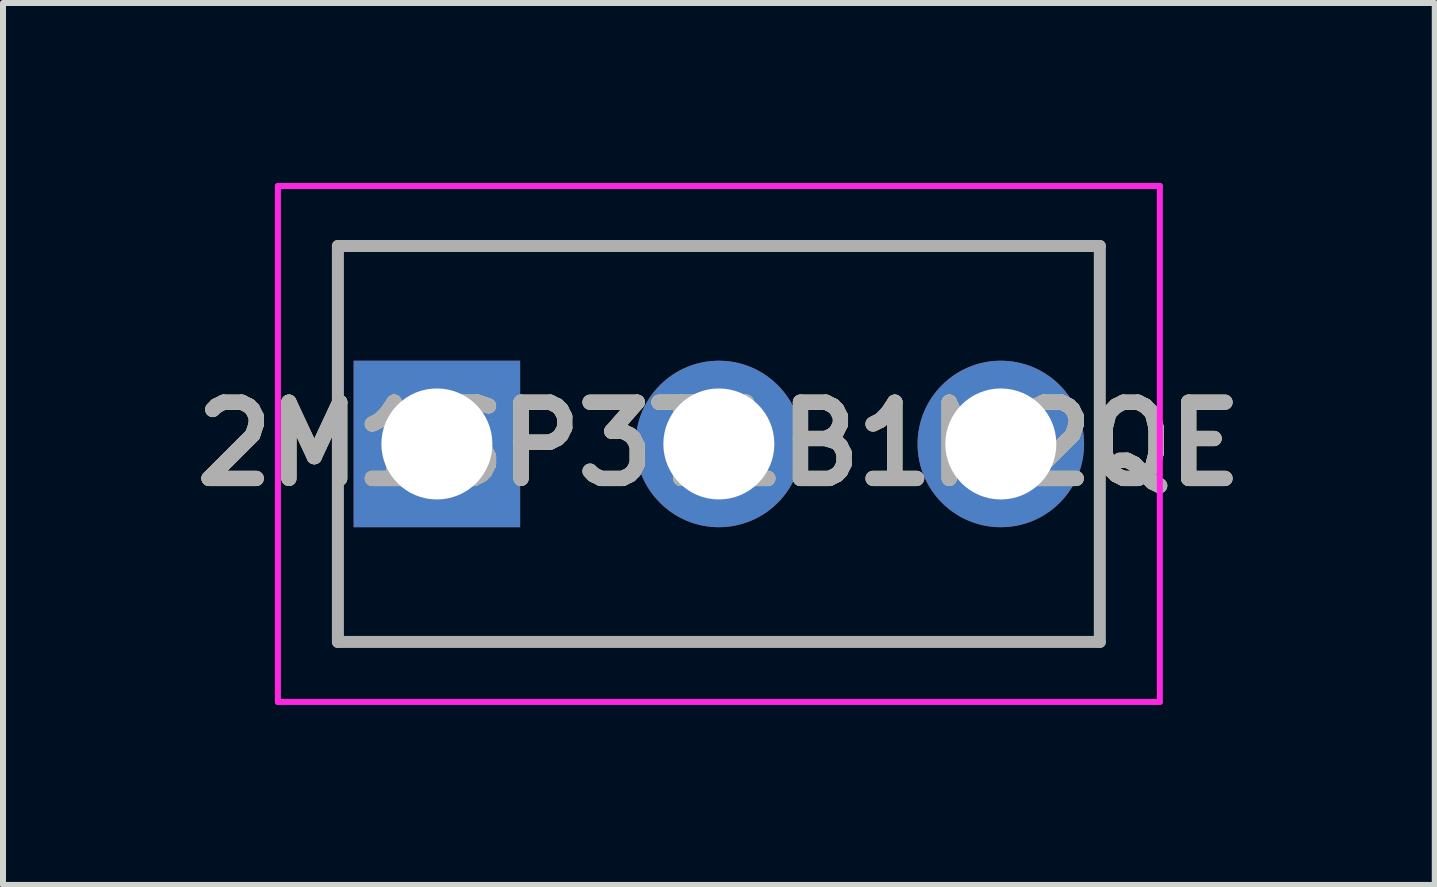
<source format=kicad_pcb>
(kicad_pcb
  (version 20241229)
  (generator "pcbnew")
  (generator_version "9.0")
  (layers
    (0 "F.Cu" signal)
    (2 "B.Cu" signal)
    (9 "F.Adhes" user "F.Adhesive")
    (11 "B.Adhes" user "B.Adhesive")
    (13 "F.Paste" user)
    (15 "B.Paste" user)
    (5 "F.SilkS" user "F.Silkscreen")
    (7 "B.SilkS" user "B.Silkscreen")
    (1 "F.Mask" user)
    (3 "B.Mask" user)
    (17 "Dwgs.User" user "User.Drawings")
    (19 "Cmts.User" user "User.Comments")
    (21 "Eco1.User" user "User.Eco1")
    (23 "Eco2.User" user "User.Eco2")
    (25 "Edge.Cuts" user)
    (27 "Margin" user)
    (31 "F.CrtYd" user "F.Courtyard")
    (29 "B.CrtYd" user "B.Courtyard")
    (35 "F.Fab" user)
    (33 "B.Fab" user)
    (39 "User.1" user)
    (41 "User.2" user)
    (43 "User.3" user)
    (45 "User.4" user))
  (footprint "2M1SP3T1B1M2QE"
    (layer "F.Cu")
    (at 4.232 4.35)
    (property "Reference" "2M1SP3T1B1M2QE" (at 4.7 0 0) (layer "F.SilkS") (effects (font (size 1.27 1.27) (thickness 0.254))))
    (attr through_hole)
    (fp_line (start -1.65 -3.3) (end 11.05 -3.3) (stroke (width 0.1) (type solid)) (layer "F.SilkS"))
    (fp_line (start -1.65 3.3) (end -1.65 -3.3) (stroke (width 0.1) (type solid)) (layer "F.SilkS"))
    (fp_line (start 11.05 -3.3) (end 11.05 3.3) (stroke (width 0.1) (type solid)) (layer "F.SilkS"))
    (fp_line (start 11.05 3.3) (end -1.65 3.3) (stroke (width 0.1) (type solid)) (layer "F.SilkS"))
    (fp_line (start -2.65 -4.3) (end 12.05 -4.3) (stroke (width 0.1) (type solid)) (layer "F.CrtYd"))
    (fp_line (start -2.65 4.3) (end -2.65 -4.3) (stroke (width 0.1) (type solid)) (layer "F.CrtYd"))
    (fp_line (start 12.05 -4.3) (end 12.05 4.3) (stroke (width 0.1) (type solid)) (layer "F.CrtYd"))
    (fp_line (start 12.05 4.3) (end -2.65 4.3) (stroke (width 0.1) (type solid)) (layer "F.CrtYd"))
    (fp_line (start -1.65 -3.3) (end 11.05 -3.3) (stroke (width 0.2) (type solid)) (layer "F.Fab"))
    (fp_line (start -1.65 3.3) (end -1.65 -3.3) (stroke (width 0.2) (type solid)) (layer "F.Fab"))
    (fp_line (start 11.05 -3.3) (end 11.05 3.3) (stroke (width 0.2) (type solid)) (layer "F.Fab"))
    (fp_line (start 11.05 3.3) (end -1.65 3.3) (stroke (width 0.2) (type solid)) (layer "F.Fab"))
    (fp_text user "${REFERENCE}" (at 4.7 0 0) (layer "F.Fab") (effects (font (size 1.27 1.27) (thickness 0.254))))
    (pad "1" thru_hole rect (at 0 0) (size 2.775 2.775) (drill 1.85) (layers "*.Cu" "*.Mask"))
    (pad "2" thru_hole circle (at 4.7 0) (size 2.775 2.775) (drill 1.85) (layers "*.Cu" "*.Mask"))
    (pad "3" thru_hole circle (at 9.4 0) (size 2.775 2.775) (drill 1.85) (layers "*.Cu" "*.Mask")))
  (gr_rect
    (start -3 -3)
    (end 20.865 11.7)
    (stroke (width 0.1) (type default))
    (fill no)
    (layer "Edge.Cuts")))
</source>
